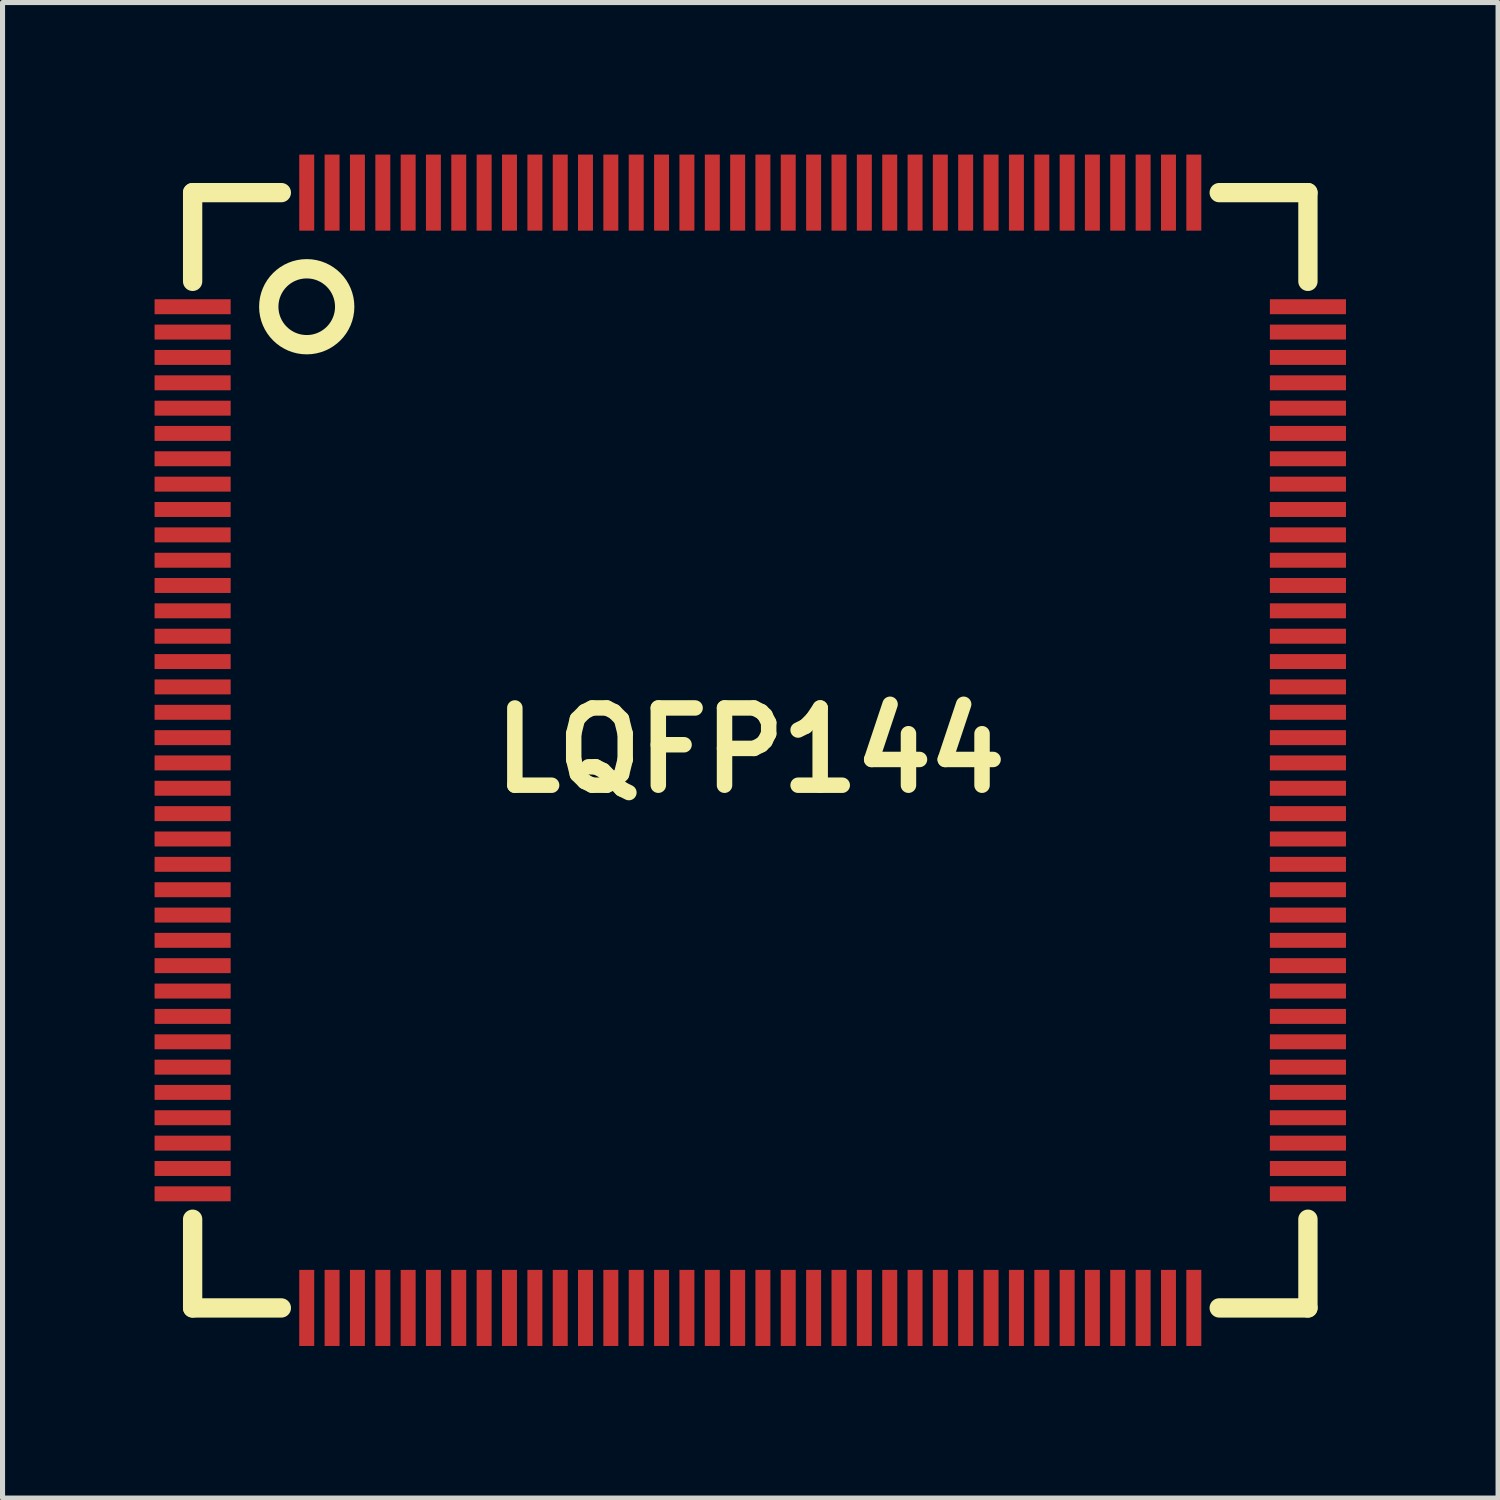
<source format=kicad_pcb>
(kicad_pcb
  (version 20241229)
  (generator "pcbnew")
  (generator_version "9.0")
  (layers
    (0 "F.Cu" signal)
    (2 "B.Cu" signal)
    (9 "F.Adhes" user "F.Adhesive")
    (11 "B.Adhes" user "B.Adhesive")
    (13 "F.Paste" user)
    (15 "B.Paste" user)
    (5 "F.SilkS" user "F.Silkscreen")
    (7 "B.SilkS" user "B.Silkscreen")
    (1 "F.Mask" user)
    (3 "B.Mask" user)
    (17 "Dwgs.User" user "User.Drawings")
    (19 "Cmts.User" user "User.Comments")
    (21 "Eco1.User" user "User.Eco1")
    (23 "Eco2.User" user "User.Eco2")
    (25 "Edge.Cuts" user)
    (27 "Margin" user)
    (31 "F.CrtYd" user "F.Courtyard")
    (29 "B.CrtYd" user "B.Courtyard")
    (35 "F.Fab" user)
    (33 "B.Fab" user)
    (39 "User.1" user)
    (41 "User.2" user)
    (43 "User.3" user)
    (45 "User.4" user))
  (footprint "LQFP144"
    (layer "F.Cu")
    (at 11.751 11.751)
    (property "Reference" "LQFP144" (at 0 0 0) (layer "F.SilkS") (effects (font (size 1.524 1.524) (thickness 0.305))))
    (attr through_hole)
    (fp_line (start -11.001 -11.001) (end -9.251 -11.001) (stroke (width 0.381) (type solid)) (layer "F.SilkS"))
    (fp_line (start -11.001 -9.251) (end -11.001 -11.001) (stroke (width 0.381) (type solid)) (layer "F.SilkS"))
    (fp_line (start -11.001 9.251) (end -11.001 11.001) (stroke (width 0.381) (type solid)) (layer "F.SilkS"))
    (fp_line (start -11.001 11.001) (end -9.251 11.001) (stroke (width 0.381) (type solid)) (layer "F.SilkS"))
    (fp_line (start 9.251 11.001) (end 11.001 11.001) (stroke (width 0.381) (type solid)) (layer "F.SilkS"))
    (fp_line (start 11.001 -11.001) (end 9.251 -11.001) (stroke (width 0.381) (type solid)) (layer "F.SilkS"))
    (fp_line (start 11.001 -9.251) (end 11.001 -11.001) (stroke (width 0.381) (type solid)) (layer "F.SilkS"))
    (fp_line (start 11.001 11.001) (end 11.001 9.251) (stroke (width 0.381) (type solid)) (layer "F.SilkS"))
    (fp_circle (center -8.75 -8.75) (end -8.001 -8.75) (stroke (width 0.381) (type solid)) (fill no) (layer "F.SilkS"))
    (pad "1" smd rect (at -11.001 -8.75) (size 1.501 0.295) (layers "F.Cu" "F.Mask" "F.Paste"))
    (pad "2" smd rect (at -11.001 -8.25) (size 1.501 0.295) (layers "F.Cu" "F.Mask" "F.Paste"))
    (pad "3" smd rect (at -11.001 -7.75) (size 1.501 0.295) (layers "F.Cu" "F.Mask" "F.Paste"))
    (pad "4" smd rect (at -11.001 -7.249) (size 1.501 0.295) (layers "F.Cu" "F.Mask" "F.Paste"))
    (pad "5" smd rect (at -11.001 -6.749) (size 1.501 0.295) (layers "F.Cu" "F.Mask" "F.Paste"))
    (pad "6" smd rect (at -11.001 -6.251) (size 1.501 0.295) (layers "F.Cu" "F.Mask" "F.Paste"))
    (pad "7" smd rect (at -11.001 -5.751) (size 1.501 0.295) (layers "F.Cu" "F.Mask" "F.Paste"))
    (pad "8" smd rect (at -11.001 -5.25) (size 1.501 0.295) (layers "F.Cu" "F.Mask" "F.Paste"))
    (pad "9" smd rect (at -11.001 -4.75) (size 1.501 0.295) (layers "F.Cu" "F.Mask" "F.Paste"))
    (pad "10" smd rect (at -11.001 -4.249) (size 1.501 0.295) (layers "F.Cu" "F.Mask" "F.Paste"))
    (pad "11" smd rect (at -11.001 -3.749) (size 1.501 0.295) (layers "F.Cu" "F.Mask" "F.Paste"))
    (pad "12" smd rect (at -11.001 -3.251) (size 1.501 0.295) (layers "F.Cu" "F.Mask" "F.Paste"))
    (pad "13" smd rect (at -11.001 -2.751) (size 1.501 0.295) (layers "F.Cu" "F.Mask" "F.Paste"))
    (pad "14" smd rect (at -11.001 -2.25) (size 1.501 0.295) (layers "F.Cu" "F.Mask" "F.Paste"))
    (pad "15" smd rect (at -11.001 -1.75) (size 1.501 0.295) (layers "F.Cu" "F.Mask" "F.Paste"))
    (pad "16" smd rect (at -11.001 -1.25) (size 1.501 0.295) (layers "F.Cu" "F.Mask" "F.Paste"))
    (pad "17" smd rect (at -11.001 -0.749) (size 1.501 0.295) (layers "F.Cu" "F.Mask" "F.Paste"))
    (pad "18" smd rect (at -11.001 -0.249) (size 1.501 0.295) (layers "F.Cu" "F.Mask" "F.Paste"))
    (pad "19" smd rect (at -11.001 0.249) (size 1.501 0.295) (layers "F.Cu" "F.Mask" "F.Paste"))
    (pad "20" smd rect (at -11.001 0.749) (size 1.501 0.295) (layers "F.Cu" "F.Mask" "F.Paste"))
    (pad "21" smd rect (at -11.001 1.25) (size 1.501 0.295) (layers "F.Cu" "F.Mask" "F.Paste"))
    (pad "22" smd rect (at -11.001 1.75) (size 1.501 0.295) (layers "F.Cu" "F.Mask" "F.Paste"))
    (pad "23" smd rect (at -11.001 2.25) (size 1.501 0.295) (layers "F.Cu" "F.Mask" "F.Paste"))
    (pad "24" smd rect (at -11.001 2.751) (size 1.501 0.295) (layers "F.Cu" "F.Mask" "F.Paste"))
    (pad "25" smd rect (at -11.001 3.251) (size 1.501 0.295) (layers "F.Cu" "F.Mask" "F.Paste"))
    (pad "26" smd rect (at -11.001 3.749) (size 1.501 0.295) (layers "F.Cu" "F.Mask" "F.Paste"))
    (pad "27" smd rect (at -11.001 4.249) (size 1.501 0.295) (layers "F.Cu" "F.Mask" "F.Paste"))
    (pad "28" smd rect (at -11.001 4.75) (size 1.501 0.295) (layers "F.Cu" "F.Mask" "F.Paste"))
    (pad "29" smd rect (at -11.001 5.25) (size 1.501 0.295) (layers "F.Cu" "F.Mask" "F.Paste"))
    (pad "30" smd rect (at -11.001 5.751) (size 1.501 0.295) (layers "F.Cu" "F.Mask" "F.Paste"))
    (pad "31" smd rect (at -11.001 6.251) (size 1.501 0.295) (layers "F.Cu" "F.Mask" "F.Paste"))
    (pad "32" smd rect (at -11.001 6.749) (size 1.501 0.295) (layers "F.Cu" "F.Mask" "F.Paste"))
    (pad "33" smd rect (at -11.001 7.249) (size 1.501 0.295) (layers "F.Cu" "F.Mask" "F.Paste"))
    (pad "34" smd rect (at -11.001 7.75) (size 1.501 0.295) (layers "F.Cu" "F.Mask" "F.Paste"))
    (pad "35" smd rect (at -11.001 8.25) (size 1.501 0.295) (layers "F.Cu" "F.Mask" "F.Paste"))
    (pad "36" smd rect (at -11.001 8.75) (size 1.501 0.295) (layers "F.Cu" "F.Mask" "F.Paste"))
    (pad "37" smd rect (at -8.75 11.001 90) (size 1.501 0.295) (layers "F.Cu" "F.Mask" "F.Paste"))
    (pad "38" smd rect (at -8.25 11.001 90) (size 1.501 0.295) (layers "F.Cu" "F.Mask" "F.Paste"))
    (pad "39" smd rect (at -7.75 11.001 90) (size 1.501 0.295) (layers "F.Cu" "F.Mask" "F.Paste"))
    (pad "40" smd rect (at -7.249 11.001 90) (size 1.501 0.295) (layers "F.Cu" "F.Mask" "F.Paste"))
    (pad "41" smd rect (at -6.749 11.001 90) (size 1.501 0.295) (layers "F.Cu" "F.Mask" "F.Paste"))
    (pad "42" smd rect (at -6.251 11.001 90) (size 1.501 0.295) (layers "F.Cu" "F.Mask" "F.Paste"))
    (pad "43" smd rect (at -5.751 11.001 90) (size 1.501 0.295) (layers "F.Cu" "F.Mask" "F.Paste"))
    (pad "44" smd rect (at -5.25 11.001 90) (size 1.501 0.295) (layers "F.Cu" "F.Mask" "F.Paste"))
    (pad "45" smd rect (at -4.75 11.001 90) (size 1.501 0.295) (layers "F.Cu" "F.Mask" "F.Paste"))
    (pad "46" smd rect (at -4.249 11.001 90) (size 1.501 0.295) (layers "F.Cu" "F.Mask" "F.Paste"))
    (pad "47" smd rect (at -3.749 11.001 90) (size 1.501 0.295) (layers "F.Cu" "F.Mask" "F.Paste"))
    (pad "48" smd rect (at -3.251 11.001 90) (size 1.501 0.295) (layers "F.Cu" "F.Mask" "F.Paste"))
    (pad "49" smd rect (at -2.751 11.001 90) (size 1.501 0.295) (layers "F.Cu" "F.Mask" "F.Paste"))
    (pad "50" smd rect (at -2.25 11.001 90) (size 1.501 0.295) (layers "F.Cu" "F.Mask" "F.Paste"))
    (pad "51" smd rect (at -1.75 11.001 90) (size 1.501 0.295) (layers "F.Cu" "F.Mask" "F.Paste"))
    (pad "52" smd rect (at -1.25 11.001 90) (size 1.501 0.295) (layers "F.Cu" "F.Mask" "F.Paste"))
    (pad "53" smd rect (at -0.749 11.001 90) (size 1.501 0.295) (layers "F.Cu" "F.Mask" "F.Paste"))
    (pad "54" smd rect (at -0.249 11.001 90) (size 1.501 0.295) (layers "F.Cu" "F.Mask" "F.Paste"))
    (pad "55" smd rect (at 0.249 11.001 90) (size 1.501 0.295) (layers "F.Cu" "F.Mask" "F.Paste"))
    (pad "56" smd rect (at 0.749 11.001 90) (size 1.501 0.295) (layers "F.Cu" "F.Mask" "F.Paste"))
    (pad "57" smd rect (at 1.25 11.001 90) (size 1.501 0.295) (layers "F.Cu" "F.Mask" "F.Paste"))
    (pad "58" smd rect (at 1.75 11.001 90) (size 1.501 0.295) (layers "F.Cu" "F.Mask" "F.Paste"))
    (pad "59" smd rect (at 2.25 11.001 90) (size 1.501 0.295) (layers "F.Cu" "F.Mask" "F.Paste"))
    (pad "60" smd rect (at 2.751 11.001 90) (size 1.501 0.295) (layers "F.Cu" "F.Mask" "F.Paste"))
    (pad "61" smd rect (at 3.251 11.001 90) (size 1.501 0.295) (layers "F.Cu" "F.Mask" "F.Paste"))
    (pad "62" smd rect (at 3.749 11.001 90) (size 1.501 0.295) (layers "F.Cu" "F.Mask" "F.Paste"))
    (pad "63" smd rect (at 4.249 11.001 90) (size 1.501 0.295) (layers "F.Cu" "F.Mask" "F.Paste"))
    (pad "64" smd rect (at 4.75 11.001 90) (size 1.501 0.295) (layers "F.Cu" "F.Mask" "F.Paste"))
    (pad "65" smd rect (at 5.25 11.001 90) (size 1.501 0.295) (layers "F.Cu" "F.Mask" "F.Paste"))
    (pad "66" smd rect (at 5.751 11.001 90) (size 1.501 0.295) (layers "F.Cu" "F.Mask" "F.Paste"))
    (pad "67" smd rect (at 6.251 11.001 90) (size 1.501 0.295) (layers "F.Cu" "F.Mask" "F.Paste"))
    (pad "68" smd rect (at 6.749 11.001 90) (size 1.501 0.295) (layers "F.Cu" "F.Mask" "F.Paste"))
    (pad "69" smd rect (at 7.249 11.001 90) (size 1.501 0.295) (layers "F.Cu" "F.Mask" "F.Paste"))
    (pad "70" smd rect (at 7.75 11.001 90) (size 1.501 0.295) (layers "F.Cu" "F.Mask" "F.Paste"))
    (pad "71" smd rect (at 8.25 11.001 90) (size 1.501 0.295) (layers "F.Cu" "F.Mask" "F.Paste"))
    (pad "72" smd rect (at 8.75 11.001 90) (size 1.501 0.295) (layers "F.Cu" "F.Mask" "F.Paste"))
    (pad "73" smd rect (at 11.001 8.75) (size 1.501 0.295) (layers "F.Cu" "F.Mask" "F.Paste"))
    (pad "74" smd rect (at 11.001 8.25) (size 1.501 0.295) (layers "F.Cu" "F.Mask" "F.Paste"))
    (pad "75" smd rect (at 11.001 7.75) (size 1.501 0.295) (layers "F.Cu" "F.Mask" "F.Paste"))
    (pad "76" smd rect (at 11.001 7.249) (size 1.501 0.295) (layers "F.Cu" "F.Mask" "F.Paste"))
    (pad "77" smd rect (at 11.001 6.749) (size 1.501 0.295) (layers "F.Cu" "F.Mask" "F.Paste"))
    (pad "78" smd rect (at 11.001 6.251) (size 1.501 0.295) (layers "F.Cu" "F.Mask" "F.Paste"))
    (pad "79" smd rect (at 11.001 5.751) (size 1.501 0.295) (layers "F.Cu" "F.Mask" "F.Paste"))
    (pad "80" smd rect (at 11.001 5.25) (size 1.501 0.295) (layers "F.Cu" "F.Mask" "F.Paste"))
    (pad "81" smd rect (at 11.001 4.75) (size 1.501 0.295) (layers "F.Cu" "F.Mask" "F.Paste"))
    (pad "82" smd rect (at 11.001 4.249) (size 1.501 0.295) (layers "F.Cu" "F.Mask" "F.Paste"))
    (pad "83" smd rect (at 11.001 3.749) (size 1.501 0.295) (layers "F.Cu" "F.Mask" "F.Paste"))
    (pad "84" smd rect (at 11.001 3.251) (size 1.501 0.295) (layers "F.Cu" "F.Mask" "F.Paste"))
    (pad "85" smd rect (at 11.001 2.751) (size 1.501 0.295) (layers "F.Cu" "F.Mask" "F.Paste"))
    (pad "86" smd rect (at 11.001 2.25) (size 1.501 0.295) (layers "F.Cu" "F.Mask" "F.Paste"))
    (pad "87" smd rect (at 11.001 1.75) (size 1.501 0.295) (layers "F.Cu" "F.Mask" "F.Paste"))
    (pad "88" smd rect (at 11.001 1.25) (size 1.501 0.295) (layers "F.Cu" "F.Mask" "F.Paste"))
    (pad "89" smd rect (at 11.001 0.749) (size 1.501 0.295) (layers "F.Cu" "F.Mask" "F.Paste"))
    (pad "90" smd rect (at 11.001 0.249) (size 1.501 0.295) (layers "F.Cu" "F.Mask" "F.Paste"))
    (pad "91" smd rect (at 11.001 -0.249) (size 1.501 0.295) (layers "F.Cu" "F.Mask" "F.Paste"))
    (pad "92" smd rect (at 11.001 -0.749) (size 1.501 0.295) (layers "F.Cu" "F.Mask" "F.Paste"))
    (pad "93" smd rect (at 11.001 -1.25) (size 1.501 0.295) (layers "F.Cu" "F.Mask" "F.Paste"))
    (pad "94" smd rect (at 11.001 -1.75) (size 1.501 0.295) (layers "F.Cu" "F.Mask" "F.Paste"))
    (pad "95" smd rect (at 11.001 -2.25) (size 1.501 0.295) (layers "F.Cu" "F.Mask" "F.Paste"))
    (pad "96" smd rect (at 11.001 -2.751) (size 1.501 0.295) (layers "F.Cu" "F.Mask" "F.Paste"))
    (pad "97" smd rect (at 11.001 -3.251) (size 1.501 0.295) (layers "F.Cu" "F.Mask" "F.Paste"))
    (pad "98" smd rect (at 11.001 -3.749) (size 1.501 0.295) (layers "F.Cu" "F.Mask" "F.Paste"))
    (pad "99" smd rect (at 11.001 -4.249) (size 1.501 0.295) (layers "F.Cu" "F.Mask" "F.Paste"))
    (pad "100" smd rect (at 11.001 -4.75) (size 1.501 0.295) (layers "F.Cu" "F.Mask" "F.Paste"))
    (pad "101" smd rect (at 11.001 -5.25) (size 1.501 0.295) (layers "F.Cu" "F.Mask" "F.Paste"))
    (pad "102" smd rect (at 11.001 -5.751) (size 1.501 0.295) (layers "F.Cu" "F.Mask" "F.Paste"))
    (pad "103" smd rect (at 11.001 -6.251) (size 1.501 0.295) (layers "F.Cu" "F.Mask" "F.Paste"))
    (pad "104" smd rect (at 11.001 -6.749) (size 1.501 0.295) (layers "F.Cu" "F.Mask" "F.Paste"))
    (pad "105" smd rect (at 11.001 -7.249) (size 1.501 0.295) (layers "F.Cu" "F.Mask" "F.Paste"))
    (pad "106" smd rect (at 11.001 -7.75) (size 1.501 0.295) (layers "F.Cu" "F.Mask" "F.Paste"))
    (pad "107" smd rect (at 11.001 -8.25) (size 1.501 0.295) (layers "F.Cu" "F.Mask" "F.Paste"))
    (pad "108" smd rect (at 11.001 -8.75) (size 1.501 0.295) (layers "F.Cu" "F.Mask" "F.Paste"))
    (pad "109" smd rect (at 8.75 -11.001 90) (size 1.501 0.295) (layers "F.Cu" "F.Mask" "F.Paste"))
    (pad "110" smd rect (at 8.25 -11.001 90) (size 1.501 0.295) (layers "F.Cu" "F.Mask" "F.Paste"))
    (pad "111" smd rect (at 7.75 -11.001 90) (size 1.501 0.295) (layers "F.Cu" "F.Mask" "F.Paste"))
    (pad "112" smd rect (at 7.249 -11.001 90) (size 1.501 0.295) (layers "F.Cu" "F.Mask" "F.Paste"))
    (pad "113" smd rect (at 6.749 -11.001 90) (size 1.501 0.295) (layers "F.Cu" "F.Mask" "F.Paste"))
    (pad "114" smd rect (at 6.251 -11.001 90) (size 1.501 0.295) (layers "F.Cu" "F.Mask" "F.Paste"))
    (pad "115" smd rect (at 5.751 -11.001 90) (size 1.501 0.295) (layers "F.Cu" "F.Mask" "F.Paste"))
    (pad "116" smd rect (at 5.25 -11.001 90) (size 1.501 0.295) (layers "F.Cu" "F.Mask" "F.Paste"))
    (pad "117" smd rect (at 4.75 -11.001 90) (size 1.501 0.295) (layers "F.Cu" "F.Mask" "F.Paste"))
    (pad "118" smd rect (at 4.249 -11.001 90) (size 1.501 0.295) (layers "F.Cu" "F.Mask" "F.Paste"))
    (pad "119" smd rect (at 3.749 -11.001 90) (size 1.501 0.295) (layers "F.Cu" "F.Mask" "F.Paste"))
    (pad "120" smd rect (at 3.251 -11.001 90) (size 1.501 0.295) (layers "F.Cu" "F.Mask" "F.Paste"))
    (pad "121" smd rect (at 2.751 -11.001 90) (size 1.501 0.295) (layers "F.Cu" "F.Mask" "F.Paste"))
    (pad "122" smd rect (at 2.25 -11.001 90) (size 1.501 0.295) (layers "F.Cu" "F.Mask" "F.Paste"))
    (pad "123" smd rect (at 1.75 -11.001 90) (size 1.501 0.295) (layers "F.Cu" "F.Mask" "F.Paste"))
    (pad "124" smd rect (at 1.25 -11.001 90) (size 1.501 0.295) (layers "F.Cu" "F.Mask" "F.Paste"))
    (pad "125" smd rect (at 0.749 -11.001 90) (size 1.501 0.295) (layers "F.Cu" "F.Mask" "F.Paste"))
    (pad "126" smd rect (at 0.249 -11.001 90) (size 1.501 0.295) (layers "F.Cu" "F.Mask" "F.Paste"))
    (pad "127" smd rect (at -0.249 -11.001 90) (size 1.501 0.295) (layers "F.Cu" "F.Mask" "F.Paste"))
    (pad "128" smd rect (at -0.749 -11.001 90) (size 1.501 0.295) (layers "F.Cu" "F.Mask" "F.Paste"))
    (pad "129" smd rect (at -1.25 -11.001 90) (size 1.501 0.295) (layers "F.Cu" "F.Mask" "F.Paste"))
    (pad "130" smd rect (at -1.75 -11.001 90) (size 1.501 0.295) (layers "F.Cu" "F.Mask" "F.Paste"))
    (pad "131" smd rect (at -2.25 -11.001 90) (size 1.501 0.295) (layers "F.Cu" "F.Mask" "F.Paste"))
    (pad "132" smd rect (at -2.751 -11.001 90) (size 1.501 0.295) (layers "F.Cu" "F.Mask" "F.Paste"))
    (pad "133" smd rect (at -3.251 -11.001 90) (size 1.501 0.295) (layers "F.Cu" "F.Mask" "F.Paste"))
    (pad "134" smd rect (at -3.749 -11.001 90) (size 1.501 0.295) (layers "F.Cu" "F.Mask" "F.Paste"))
    (pad "135" smd rect (at -4.249 -11.001 90) (size 1.501 0.295) (layers "F.Cu" "F.Mask" "F.Paste"))
    (pad "136" smd rect (at -4.75 -11.001 90) (size 1.501 0.295) (layers "F.Cu" "F.Mask" "F.Paste"))
    (pad "137" smd rect (at -5.25 -11.001 90) (size 1.501 0.295) (layers "F.Cu" "F.Mask" "F.Paste"))
    (pad "138" smd rect (at -5.751 -11.001 90) (size 1.501 0.295) (layers "F.Cu" "F.Mask" "F.Paste"))
    (pad "139" smd rect (at -6.251 -11.001 90) (size 1.501 0.295) (layers "F.Cu" "F.Mask" "F.Paste"))
    (pad "140" smd rect (at -6.749 -11.001 90) (size 1.501 0.295) (layers "F.Cu" "F.Mask" "F.Paste"))
    (pad "141" smd rect (at -7.249 -11.001 90) (size 1.501 0.295) (layers "F.Cu" "F.Mask" "F.Paste"))
    (pad "142" smd rect (at -7.75 -11.001 90) (size 1.501 0.295) (layers "F.Cu" "F.Mask" "F.Paste"))
    (pad "143" smd rect (at -8.25 -11.001 90) (size 1.501 0.295) (layers "F.Cu" "F.Mask" "F.Paste"))
    (pad "144" smd rect (at -8.75 -11.001 90) (size 1.501 0.295) (layers "F.Cu" "F.Mask" "F.Paste")))
  (gr_rect
    (start -3 -3)
    (end 26.503 26.503)
    (stroke (width 0.1) (type default))
    (fill no)
    (layer "Edge.Cuts")))
</source>
